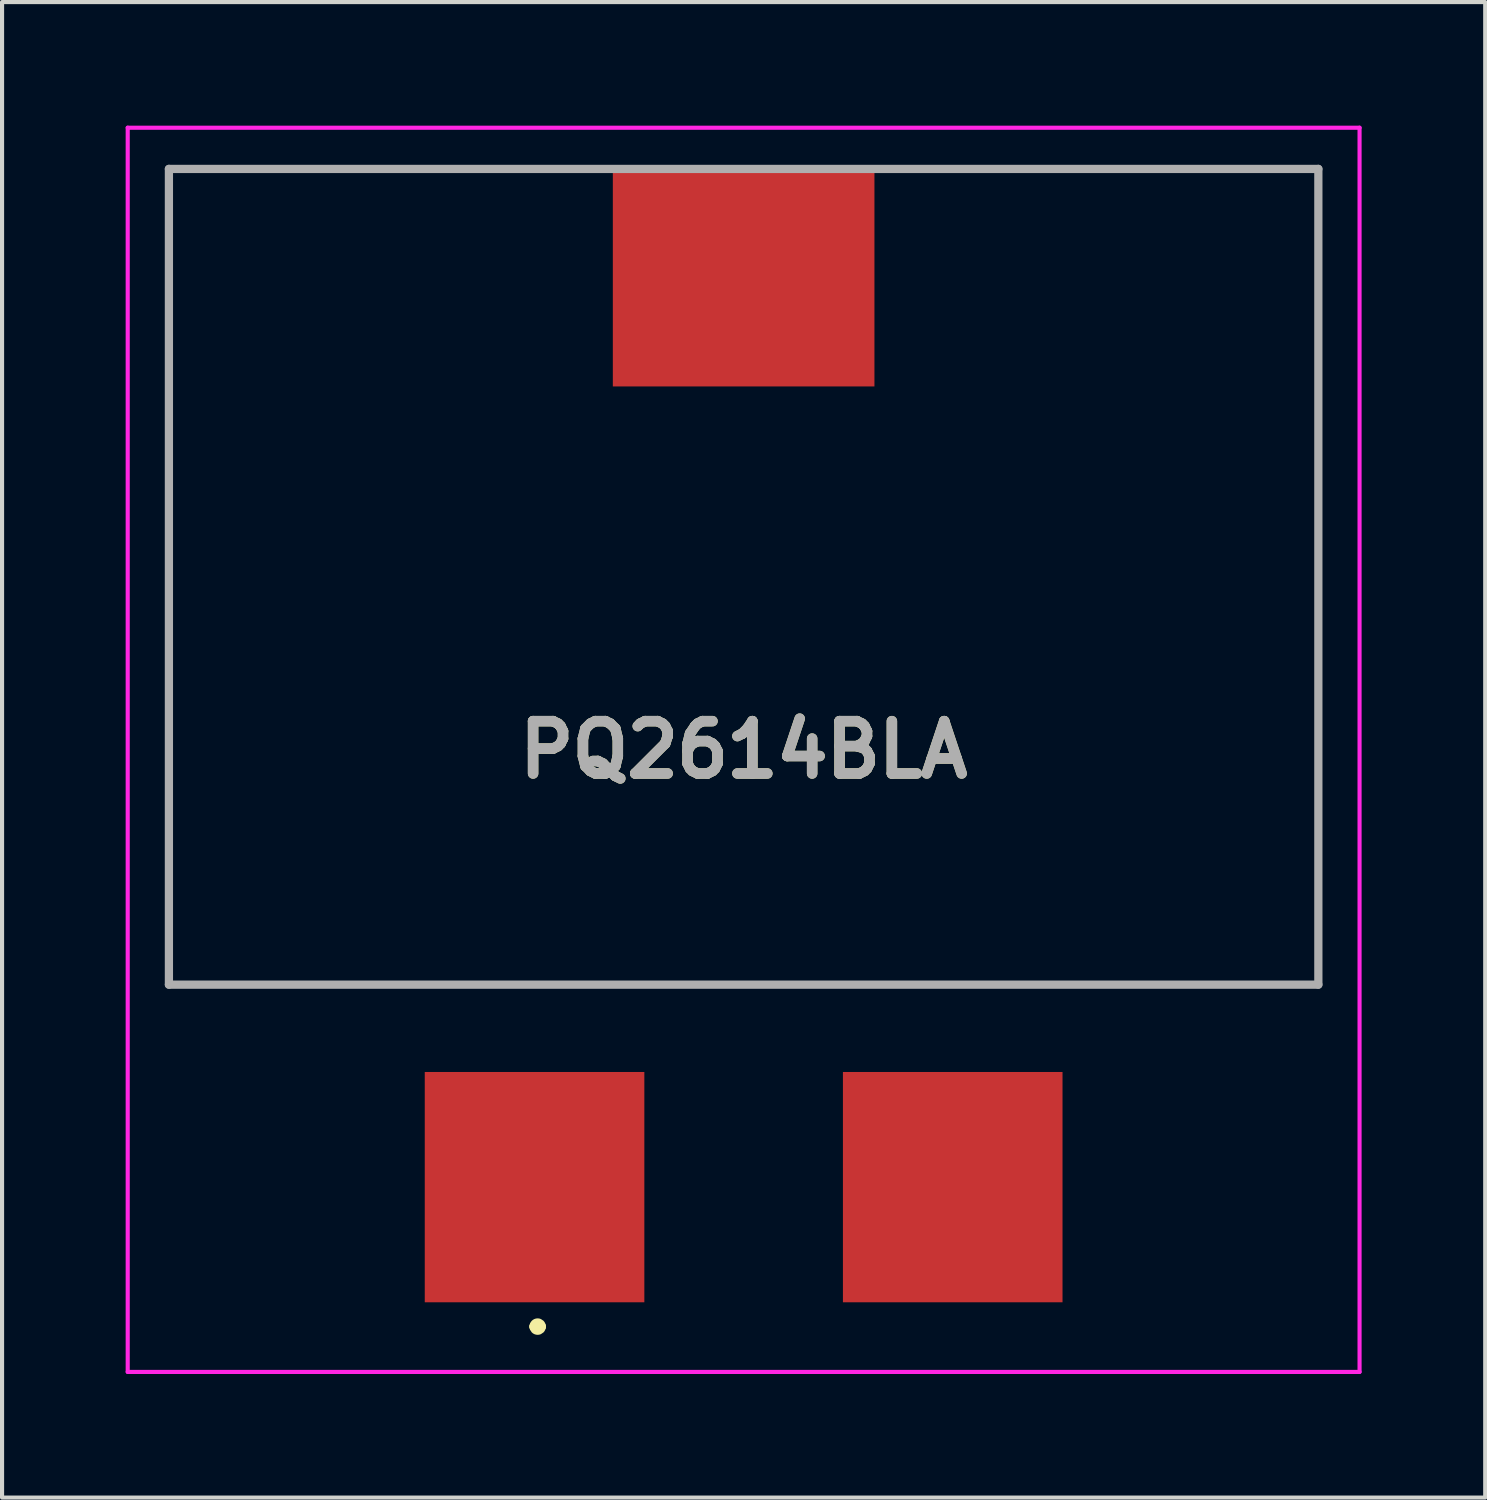
<source format=kicad_pcb>
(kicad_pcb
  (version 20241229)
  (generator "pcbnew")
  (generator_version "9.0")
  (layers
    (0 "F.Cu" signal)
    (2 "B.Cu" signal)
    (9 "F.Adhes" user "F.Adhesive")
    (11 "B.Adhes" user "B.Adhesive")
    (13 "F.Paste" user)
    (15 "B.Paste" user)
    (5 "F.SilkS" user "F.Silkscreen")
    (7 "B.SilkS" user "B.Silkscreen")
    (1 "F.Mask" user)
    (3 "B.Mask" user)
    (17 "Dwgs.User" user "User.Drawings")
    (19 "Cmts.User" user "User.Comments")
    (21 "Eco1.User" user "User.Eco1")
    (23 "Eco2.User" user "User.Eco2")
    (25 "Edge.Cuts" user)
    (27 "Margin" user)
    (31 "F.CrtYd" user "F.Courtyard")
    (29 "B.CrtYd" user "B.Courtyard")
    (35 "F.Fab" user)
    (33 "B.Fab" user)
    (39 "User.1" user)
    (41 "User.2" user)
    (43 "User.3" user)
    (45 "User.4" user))
  (footprint "PQ2614BLA"
    (layer "F.Cu")
    (at 15 1.05)
    (property "Reference" "PQ2614BLA" (at 0 14.1 0) (layer "F.SilkS") (effects (font (size 1.27 1.27) (thickness 0.254))))
    (attr smd)
    (fp_line (start -13.95 0) (end -13.95 19.8) (stroke (width 0.1) (type solid)) (layer "F.SilkS"))
    (fp_line (start -13.95 19.8) (end 13.95 19.8) (stroke (width 0.1) (type solid)) (layer "F.SilkS"))
    (fp_line (start -5.1 28.1) (end -5.1 28.1) (stroke (width 0.2) (type solid)) (layer "F.SilkS"))
    (fp_line (start -5.075 0) (end -13.95 0) (stroke (width 0.1) (type solid)) (layer "F.SilkS"))
    (fp_line (start -4.9 28.1) (end -4.9 28.1) (stroke (width 0.2) (type solid)) (layer "F.SilkS"))
    (fp_line (start 13.95 0) (end 5.075 0) (stroke (width 0.1) (type solid)) (layer "F.SilkS"))
    (fp_line (start 13.95 19.8) (end 13.95 0) (stroke (width 0.1) (type solid)) (layer "F.SilkS"))
    (fp_arc (start -5.1 28.1) (mid -5 28) (end -4.9 28.1) (stroke (width 0.2) (type solid)) (layer "F.SilkS"))
    (fp_arc (start -4.9 28.1) (mid -5 28.2) (end -5.1 28.1) (stroke (width 0.2) (type solid)) (layer "F.SilkS"))
    (fp_line (start -14.95 -1) (end 14.95 -1) (stroke (width 0.1) (type solid)) (layer "F.CrtYd"))
    (fp_line (start -14.95 29.2) (end -14.95 -1) (stroke (width 0.1) (type solid)) (layer "F.CrtYd"))
    (fp_line (start 14.95 -1) (end 14.95 29.2) (stroke (width 0.1) (type solid)) (layer "F.CrtYd"))
    (fp_line (start 14.95 29.2) (end -14.95 29.2) (stroke (width 0.1) (type solid)) (layer "F.CrtYd"))
    (fp_line (start -13.95 0) (end 13.95 0) (stroke (width 0.2) (type solid)) (layer "F.Fab"))
    (fp_line (start -13.95 19.8) (end -13.95 0) (stroke (width 0.2) (type solid)) (layer "F.Fab"))
    (fp_line (start 13.95 0) (end 13.95 19.8) (stroke (width 0.2) (type solid)) (layer "F.Fab"))
    (fp_line (start 13.95 19.8) (end -13.95 19.8) (stroke (width 0.2) (type solid)) (layer "F.Fab"))
    (fp_text user "${REFERENCE}" (at 0 14.1 0) (layer "F.Fab") (effects (font (size 1.27 1.27) (thickness 0.254))))
    (pad "1" smd rect (at -5.075 24.715) (size 5.33 5.59) (layers "F.Cu" "F.Mask" "F.Paste"))
    (pad "2" smd rect (at 5.075 24.715) (size 5.33 5.59) (layers "F.Cu" "F.Mask" "F.Paste"))
    (pad "3" smd rect (at 0 2.64 90) (size 5.28 6.35) (layers "F.Cu" "F.Mask" "F.Paste")))
  (gr_rect
    (start -3 -3)
    (end 33 33.3)
    (stroke (width 0.1) (type default))
    (fill no)
    (layer "Edge.Cuts")))
</source>
